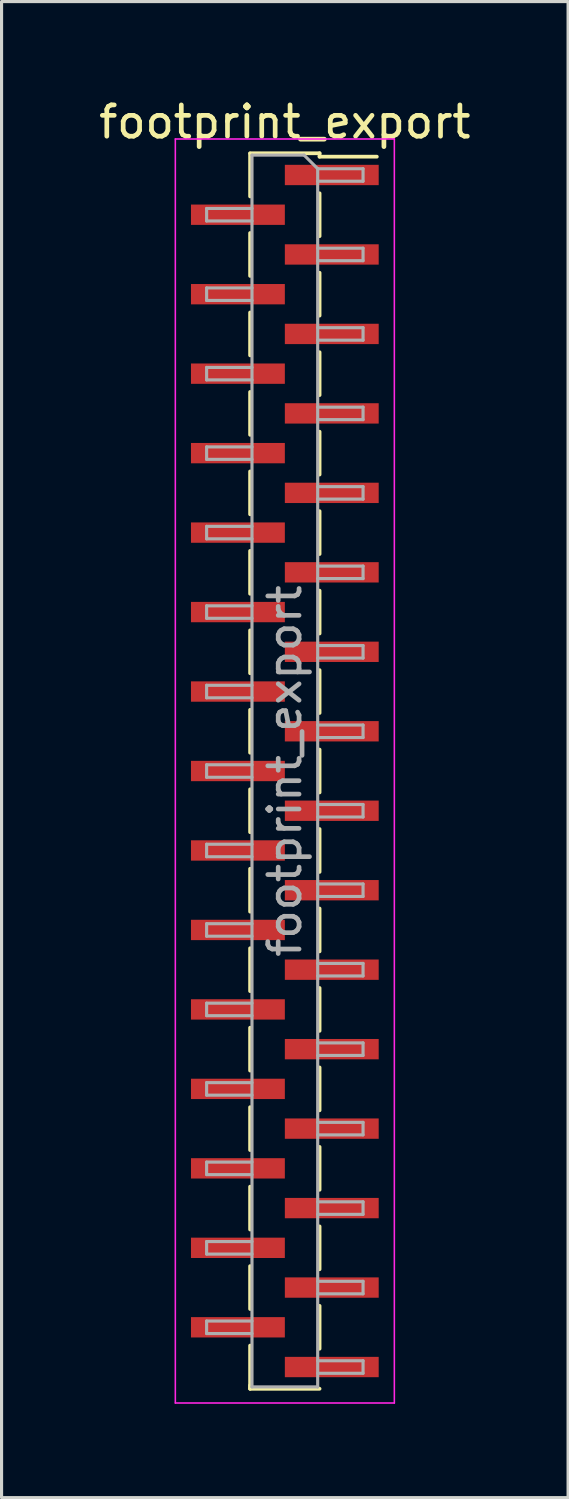
<source format=kicad_pcb>
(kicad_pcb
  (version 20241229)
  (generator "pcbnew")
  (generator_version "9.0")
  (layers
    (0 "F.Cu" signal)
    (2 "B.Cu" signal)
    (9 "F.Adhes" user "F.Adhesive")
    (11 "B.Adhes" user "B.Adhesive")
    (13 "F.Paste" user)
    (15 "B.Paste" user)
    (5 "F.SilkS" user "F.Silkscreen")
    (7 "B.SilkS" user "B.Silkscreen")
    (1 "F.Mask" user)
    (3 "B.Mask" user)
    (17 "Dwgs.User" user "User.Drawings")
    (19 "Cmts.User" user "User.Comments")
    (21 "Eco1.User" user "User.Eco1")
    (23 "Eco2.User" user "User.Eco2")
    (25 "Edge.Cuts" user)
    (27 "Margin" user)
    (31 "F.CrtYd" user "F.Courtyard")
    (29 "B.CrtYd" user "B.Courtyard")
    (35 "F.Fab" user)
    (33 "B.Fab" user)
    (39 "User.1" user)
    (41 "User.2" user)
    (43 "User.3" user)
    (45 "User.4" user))
  (footprint "footprint_export"
    (layer "F.Cu")
    (at 6.054 21.593)
    (property "Reference" "footprint_export" (at 0 -20.745 0) (layer "F.SilkS") (effects (font (size 1 1) (thickness 0.15))))
    (attr smd)
    (fp_line (start -1.11 -19.745) (end 1.11 -19.745) (stroke (width 0.12) (type solid)) (layer "F.SilkS"))
    (fp_line (start -1.11 -19.735) (end -1.11 -18.365) (stroke (width 0.12) (type solid)) (layer "F.SilkS"))
    (fp_line (start -1.11 -17.195) (end -1.11 -15.825) (stroke (width 0.12) (type solid)) (layer "F.SilkS"))
    (fp_line (start -1.11 -14.655) (end -1.11 -13.285) (stroke (width 0.12) (type solid)) (layer "F.SilkS"))
    (fp_line (start -1.11 -12.115) (end -1.11 -10.745) (stroke (width 0.12) (type solid)) (layer "F.SilkS"))
    (fp_line (start -1.11 -9.575) (end -1.11 -8.205) (stroke (width 0.12) (type solid)) (layer "F.SilkS"))
    (fp_line (start -1.11 -7.035) (end -1.11 -5.665) (stroke (width 0.12) (type solid)) (layer "F.SilkS"))
    (fp_line (start -1.11 -4.495) (end -1.11 -3.125) (stroke (width 0.12) (type solid)) (layer "F.SilkS"))
    (fp_line (start -1.11 -1.955) (end -1.11 -0.585) (stroke (width 0.12) (type solid)) (layer "F.SilkS"))
    (fp_line (start -1.11 0.585) (end -1.11 1.955) (stroke (width 0.12) (type solid)) (layer "F.SilkS"))
    (fp_line (start -1.11 3.125) (end -1.11 4.495) (stroke (width 0.12) (type solid)) (layer "F.SilkS"))
    (fp_line (start -1.11 5.665) (end -1.11 7.035) (stroke (width 0.12) (type solid)) (layer "F.SilkS"))
    (fp_line (start -1.11 8.205) (end -1.11 9.575) (stroke (width 0.12) (type solid)) (layer "F.SilkS"))
    (fp_line (start -1.11 10.745) (end -1.11 12.115) (stroke (width 0.12) (type solid)) (layer "F.SilkS"))
    (fp_line (start -1.11 13.285) (end -1.11 14.655) (stroke (width 0.12) (type solid)) (layer "F.SilkS"))
    (fp_line (start -1.11 15.825) (end -1.11 17.195) (stroke (width 0.12) (type solid)) (layer "F.SilkS"))
    (fp_line (start -1.11 18.365) (end -1.11 19.735) (stroke (width 0.12) (type solid)) (layer "F.SilkS"))
    (fp_line (start -1.11 19.635) (end -1.11 19.745) (stroke (width 0.12) (type solid)) (layer "F.SilkS"))
    (fp_line (start -1.11 19.745) (end 1.11 19.745) (stroke (width 0.12) (type solid)) (layer "F.SilkS"))
    (fp_line (start 1.11 -19.745) (end 1.11 -19.635) (stroke (width 0.12) (type solid)) (layer "F.SilkS"))
    (fp_line (start 1.11 -19.635) (end 2.94 -19.635) (stroke (width 0.12) (type solid)) (layer "F.SilkS"))
    (fp_line (start 1.11 -18.465) (end 1.11 -17.095) (stroke (width 0.12) (type solid)) (layer "F.SilkS"))
    (fp_line (start 1.11 -15.925) (end 1.11 -14.555) (stroke (width 0.12) (type solid)) (layer "F.SilkS"))
    (fp_line (start 1.11 -13.385) (end 1.11 -12.015) (stroke (width 0.12) (type solid)) (layer "F.SilkS"))
    (fp_line (start 1.11 -10.845) (end 1.11 -9.475) (stroke (width 0.12) (type solid)) (layer "F.SilkS"))
    (fp_line (start 1.11 -8.305) (end 1.11 -6.935) (stroke (width 0.12) (type solid)) (layer "F.SilkS"))
    (fp_line (start 1.11 -5.765) (end 1.11 -4.395) (stroke (width 0.12) (type solid)) (layer "F.SilkS"))
    (fp_line (start 1.11 -3.225) (end 1.11 -1.855) (stroke (width 0.12) (type solid)) (layer "F.SilkS"))
    (fp_line (start 1.11 -0.685) (end 1.11 0.685) (stroke (width 0.12) (type solid)) (layer "F.SilkS"))
    (fp_line (start 1.11 1.855) (end 1.11 3.225) (stroke (width 0.12) (type solid)) (layer "F.SilkS"))
    (fp_line (start 1.11 4.395) (end 1.11 5.765) (stroke (width 0.12) (type solid)) (layer "F.SilkS"))
    (fp_line (start 1.11 6.935) (end 1.11 8.305) (stroke (width 0.12) (type solid)) (layer "F.SilkS"))
    (fp_line (start 1.11 9.475) (end 1.11 10.845) (stroke (width 0.12) (type solid)) (layer "F.SilkS"))
    (fp_line (start 1.11 12.015) (end 1.11 13.385) (stroke (width 0.12) (type solid)) (layer "F.SilkS"))
    (fp_line (start 1.11 14.555) (end 1.11 15.925) (stroke (width 0.12) (type solid)) (layer "F.SilkS"))
    (fp_line (start 1.11 17.095) (end 1.11 18.465) (stroke (width 0.12) (type solid)) (layer "F.SilkS"))
    (fp_line (start -3.5 -20.2) (end -3.5 20.2) (stroke (width 0.05) (type solid)) (layer "F.CrtYd"))
    (fp_line (start -3.5 20.2) (end 3.5 20.2) (stroke (width 0.05) (type solid)) (layer "F.CrtYd"))
    (fp_line (start 3.5 -20.2) (end -3.5 -20.2) (stroke (width 0.05) (type solid)) (layer "F.CrtYd"))
    (fp_line (start 3.5 20.2) (end 3.5 -20.2) (stroke (width 0.05) (type solid)) (layer "F.CrtYd"))
    (fp_line (start -2.5 -17.98) (end -2.5 -17.58) (stroke (width 0.1) (type solid)) (layer "F.Fab"))
    (fp_line (start -2.5 -17.58) (end -1.05 -17.58) (stroke (width 0.1) (type solid)) (layer "F.Fab"))
    (fp_line (start -2.5 -15.44) (end -2.5 -15.04) (stroke (width 0.1) (type solid)) (layer "F.Fab"))
    (fp_line (start -2.5 -15.04) (end -1.05 -15.04) (stroke (width 0.1) (type solid)) (layer "F.Fab"))
    (fp_line (start -2.5 -12.9) (end -2.5 -12.5) (stroke (width 0.1) (type solid)) (layer "F.Fab"))
    (fp_line (start -2.5 -12.5) (end -1.05 -12.5) (stroke (width 0.1) (type solid)) (layer "F.Fab"))
    (fp_line (start -2.5 -10.36) (end -2.5 -9.96) (stroke (width 0.1) (type solid)) (layer "F.Fab"))
    (fp_line (start -2.5 -9.96) (end -1.05 -9.96) (stroke (width 0.1) (type solid)) (layer "F.Fab"))
    (fp_line (start -2.5 -7.82) (end -2.5 -7.42) (stroke (width 0.1) (type solid)) (layer "F.Fab"))
    (fp_line (start -2.5 -7.42) (end -1.05 -7.42) (stroke (width 0.1) (type solid)) (layer "F.Fab"))
    (fp_line (start -2.5 -5.28) (end -2.5 -4.88) (stroke (width 0.1) (type solid)) (layer "F.Fab"))
    (fp_line (start -2.5 -4.88) (end -1.05 -4.88) (stroke (width 0.1) (type solid)) (layer "F.Fab"))
    (fp_line (start -2.5 -2.74) (end -2.5 -2.34) (stroke (width 0.1) (type solid)) (layer "F.Fab"))
    (fp_line (start -2.5 -2.34) (end -1.05 -2.34) (stroke (width 0.1) (type solid)) (layer "F.Fab"))
    (fp_line (start -2.5 -0.2) (end -2.5 0.2) (stroke (width 0.1) (type solid)) (layer "F.Fab"))
    (fp_line (start -2.5 0.2) (end -1.05 0.2) (stroke (width 0.1) (type solid)) (layer "F.Fab"))
    (fp_line (start -2.5 2.34) (end -2.5 2.74) (stroke (width 0.1) (type solid)) (layer "F.Fab"))
    (fp_line (start -2.5 2.74) (end -1.05 2.74) (stroke (width 0.1) (type solid)) (layer "F.Fab"))
    (fp_line (start -2.5 4.88) (end -2.5 5.28) (stroke (width 0.1) (type solid)) (layer "F.Fab"))
    (fp_line (start -2.5 5.28) (end -1.05 5.28) (stroke (width 0.1) (type solid)) (layer "F.Fab"))
    (fp_line (start -2.5 7.42) (end -2.5 7.82) (stroke (width 0.1) (type solid)) (layer "F.Fab"))
    (fp_line (start -2.5 7.82) (end -1.05 7.82) (stroke (width 0.1) (type solid)) (layer "F.Fab"))
    (fp_line (start -2.5 9.96) (end -2.5 10.36) (stroke (width 0.1) (type solid)) (layer "F.Fab"))
    (fp_line (start -2.5 10.36) (end -1.05 10.36) (stroke (width 0.1) (type solid)) (layer "F.Fab"))
    (fp_line (start -2.5 12.5) (end -2.5 12.9) (stroke (width 0.1) (type solid)) (layer "F.Fab"))
    (fp_line (start -2.5 12.9) (end -1.05 12.9) (stroke (width 0.1) (type solid)) (layer "F.Fab"))
    (fp_line (start -2.5 15.04) (end -2.5 15.44) (stroke (width 0.1) (type solid)) (layer "F.Fab"))
    (fp_line (start -2.5 15.44) (end -1.05 15.44) (stroke (width 0.1) (type solid)) (layer "F.Fab"))
    (fp_line (start -2.5 17.58) (end -2.5 17.98) (stroke (width 0.1) (type solid)) (layer "F.Fab"))
    (fp_line (start -2.5 17.98) (end -1.05 17.98) (stroke (width 0.1) (type solid)) (layer "F.Fab"))
    (fp_line (start -1.05 -19.685) (end -1.05 19.685) (stroke (width 0.1) (type solid)) (layer "F.Fab"))
    (fp_line (start -1.05 -19.685) (end 0.615 -19.685) (stroke (width 0.1) (type solid)) (layer "F.Fab"))
    (fp_line (start -1.05 -17.98) (end -2.5 -17.98) (stroke (width 0.1) (type solid)) (layer "F.Fab"))
    (fp_line (start -1.05 -15.44) (end -2.5 -15.44) (stroke (width 0.1) (type solid)) (layer "F.Fab"))
    (fp_line (start -1.05 -12.9) (end -2.5 -12.9) (stroke (width 0.1) (type solid)) (layer "F.Fab"))
    (fp_line (start -1.05 -10.36) (end -2.5 -10.36) (stroke (width 0.1) (type solid)) (layer "F.Fab"))
    (fp_line (start -1.05 -7.82) (end -2.5 -7.82) (stroke (width 0.1) (type solid)) (layer "F.Fab"))
    (fp_line (start -1.05 -5.28) (end -2.5 -5.28) (stroke (width 0.1) (type solid)) (layer "F.Fab"))
    (fp_line (start -1.05 -2.74) (end -2.5 -2.74) (stroke (width 0.1) (type solid)) (layer "F.Fab"))
    (fp_line (start -1.05 -0.2) (end -2.5 -0.2) (stroke (width 0.1) (type solid)) (layer "F.Fab"))
    (fp_line (start -1.05 2.34) (end -2.5 2.34) (stroke (width 0.1) (type solid)) (layer "F.Fab"))
    (fp_line (start -1.05 4.88) (end -2.5 4.88) (stroke (width 0.1) (type solid)) (layer "F.Fab"))
    (fp_line (start -1.05 7.42) (end -2.5 7.42) (stroke (width 0.1) (type solid)) (layer "F.Fab"))
    (fp_line (start -1.05 9.96) (end -2.5 9.96) (stroke (width 0.1) (type solid)) (layer "F.Fab"))
    (fp_line (start -1.05 12.5) (end -2.5 12.5) (stroke (width 0.1) (type solid)) (layer "F.Fab"))
    (fp_line (start -1.05 15.04) (end -2.5 15.04) (stroke (width 0.1) (type solid)) (layer "F.Fab"))
    (fp_line (start -1.05 17.58) (end -2.5 17.58) (stroke (width 0.1) (type solid)) (layer "F.Fab"))
    (fp_line (start 1.05 -19.25) (end 0.615 -19.685) (stroke (width 0.1) (type solid)) (layer "F.Fab"))
    (fp_line (start 1.05 -19.25) (end 2.5 -19.25) (stroke (width 0.1) (type solid)) (layer "F.Fab"))
    (fp_line (start 1.05 -16.71) (end 2.5 -16.71) (stroke (width 0.1) (type solid)) (layer "F.Fab"))
    (fp_line (start 1.05 -14.17) (end 2.5 -14.17) (stroke (width 0.1) (type solid)) (layer "F.Fab"))
    (fp_line (start 1.05 -11.63) (end 2.5 -11.63) (stroke (width 0.1) (type solid)) (layer "F.Fab"))
    (fp_line (start 1.05 -9.09) (end 2.5 -9.09) (stroke (width 0.1) (type solid)) (layer "F.Fab"))
    (fp_line (start 1.05 -6.55) (end 2.5 -6.55) (stroke (width 0.1) (type solid)) (layer "F.Fab"))
    (fp_line (start 1.05 -4.01) (end 2.5 -4.01) (stroke (width 0.1) (type solid)) (layer "F.Fab"))
    (fp_line (start 1.05 -1.47) (end 2.5 -1.47) (stroke (width 0.1) (type solid)) (layer "F.Fab"))
    (fp_line (start 1.05 1.07) (end 2.5 1.07) (stroke (width 0.1) (type solid)) (layer "F.Fab"))
    (fp_line (start 1.05 3.61) (end 2.5 3.61) (stroke (width 0.1) (type solid)) (layer "F.Fab"))
    (fp_line (start 1.05 6.15) (end 2.5 6.15) (stroke (width 0.1) (type solid)) (layer "F.Fab"))
    (fp_line (start 1.05 8.69) (end 2.5 8.69) (stroke (width 0.1) (type solid)) (layer "F.Fab"))
    (fp_line (start 1.05 11.23) (end 2.5 11.23) (stroke (width 0.1) (type solid)) (layer "F.Fab"))
    (fp_line (start 1.05 13.77) (end 2.5 13.77) (stroke (width 0.1) (type solid)) (layer "F.Fab"))
    (fp_line (start 1.05 16.31) (end 2.5 16.31) (stroke (width 0.1) (type solid)) (layer "F.Fab"))
    (fp_line (start 1.05 18.85) (end 2.5 18.85) (stroke (width 0.1) (type solid)) (layer "F.Fab"))
    (fp_line (start 1.05 19.685) (end -1.05 19.685) (stroke (width 0.1) (type solid)) (layer "F.Fab"))
    (fp_line (start 1.05 19.685) (end 1.05 -19.25) (stroke (width 0.1) (type solid)) (layer "F.Fab"))
    (fp_line (start 2.5 -19.25) (end 2.5 -18.85) (stroke (width 0.1) (type solid)) (layer "F.Fab"))
    (fp_line (start 2.5 -18.85) (end 1.05 -18.85) (stroke (width 0.1) (type solid)) (layer "F.Fab"))
    (fp_line (start 2.5 -16.71) (end 2.5 -16.31) (stroke (width 0.1) (type solid)) (layer "F.Fab"))
    (fp_line (start 2.5 -16.31) (end 1.05 -16.31) (stroke (width 0.1) (type solid)) (layer "F.Fab"))
    (fp_line (start 2.5 -14.17) (end 2.5 -13.77) (stroke (width 0.1) (type solid)) (layer "F.Fab"))
    (fp_line (start 2.5 -13.77) (end 1.05 -13.77) (stroke (width 0.1) (type solid)) (layer "F.Fab"))
    (fp_line (start 2.5 -11.63) (end 2.5 -11.23) (stroke (width 0.1) (type solid)) (layer "F.Fab"))
    (fp_line (start 2.5 -11.23) (end 1.05 -11.23) (stroke (width 0.1) (type solid)) (layer "F.Fab"))
    (fp_line (start 2.5 -9.09) (end 2.5 -8.69) (stroke (width 0.1) (type solid)) (layer "F.Fab"))
    (fp_line (start 2.5 -8.69) (end 1.05 -8.69) (stroke (width 0.1) (type solid)) (layer "F.Fab"))
    (fp_line (start 2.5 -6.55) (end 2.5 -6.15) (stroke (width 0.1) (type solid)) (layer "F.Fab"))
    (fp_line (start 2.5 -6.15) (end 1.05 -6.15) (stroke (width 0.1) (type solid)) (layer "F.Fab"))
    (fp_line (start 2.5 -4.01) (end 2.5 -3.61) (stroke (width 0.1) (type solid)) (layer "F.Fab"))
    (fp_line (start 2.5 -3.61) (end 1.05 -3.61) (stroke (width 0.1) (type solid)) (layer "F.Fab"))
    (fp_line (start 2.5 -1.47) (end 2.5 -1.07) (stroke (width 0.1) (type solid)) (layer "F.Fab"))
    (fp_line (start 2.5 -1.07) (end 1.05 -1.07) (stroke (width 0.1) (type solid)) (layer "F.Fab"))
    (fp_line (start 2.5 1.07) (end 2.5 1.47) (stroke (width 0.1) (type solid)) (layer "F.Fab"))
    (fp_line (start 2.5 1.47) (end 1.05 1.47) (stroke (width 0.1) (type solid)) (layer "F.Fab"))
    (fp_line (start 2.5 3.61) (end 2.5 4.01) (stroke (width 0.1) (type solid)) (layer "F.Fab"))
    (fp_line (start 2.5 4.01) (end 1.05 4.01) (stroke (width 0.1) (type solid)) (layer "F.Fab"))
    (fp_line (start 2.5 6.15) (end 2.5 6.55) (stroke (width 0.1) (type solid)) (layer "F.Fab"))
    (fp_line (start 2.5 6.55) (end 1.05 6.55) (stroke (width 0.1) (type solid)) (layer "F.Fab"))
    (fp_line (start 2.5 8.69) (end 2.5 9.09) (stroke (width 0.1) (type solid)) (layer "F.Fab"))
    (fp_line (start 2.5 9.09) (end 1.05 9.09) (stroke (width 0.1) (type solid)) (layer "F.Fab"))
    (fp_line (start 2.5 11.23) (end 2.5 11.63) (stroke (width 0.1) (type solid)) (layer "F.Fab"))
    (fp_line (start 2.5 11.63) (end 1.05 11.63) (stroke (width 0.1) (type solid)) (layer "F.Fab"))
    (fp_line (start 2.5 13.77) (end 2.5 14.17) (stroke (width 0.1) (type solid)) (layer "F.Fab"))
    (fp_line (start 2.5 14.17) (end 1.05 14.17) (stroke (width 0.1) (type solid)) (layer "F.Fab"))
    (fp_line (start 2.5 16.31) (end 2.5 16.71) (stroke (width 0.1) (type solid)) (layer "F.Fab"))
    (fp_line (start 2.5 16.71) (end 1.05 16.71) (stroke (width 0.1) (type solid)) (layer "F.Fab"))
    (fp_line (start 2.5 18.85) (end 2.5 19.25) (stroke (width 0.1) (type solid)) (layer "F.Fab"))
    (fp_line (start 2.5 19.25) (end 1.05 19.25) (stroke (width 0.1) (type solid)) (layer "F.Fab"))
    (fp_text user "${REFERENCE}" (at 0 0 90) (layer "F.Fab") (effects (font (size 1 1) (thickness 0.15))))
    (pad "1" smd rect (at 1.5 -19.05) (size 3 0.65) (layers "F.Cu" "F.Mask" "F.Paste"))
    (pad "2" smd rect (at -1.5 -17.78) (size 3 0.65) (layers "F.Cu" "F.Mask" "F.Paste"))
    (pad "3" smd rect (at 1.5 -16.51) (size 3 0.65) (layers "F.Cu" "F.Mask" "F.Paste"))
    (pad "4" smd rect (at -1.5 -15.24) (size 3 0.65) (layers "F.Cu" "F.Mask" "F.Paste"))
    (pad "5" smd rect (at 1.5 -13.97) (size 3 0.65) (layers "F.Cu" "F.Mask" "F.Paste"))
    (pad "6" smd rect (at -1.5 -12.7) (size 3 0.65) (layers "F.Cu" "F.Mask" "F.Paste"))
    (pad "7" smd rect (at 1.5 -11.43) (size 3 0.65) (layers "F.Cu" "F.Mask" "F.Paste"))
    (pad "8" smd rect (at -1.5 -10.16) (size 3 0.65) (layers "F.Cu" "F.Mask" "F.Paste"))
    (pad "9" smd rect (at 1.5 -8.89) (size 3 0.65) (layers "F.Cu" "F.Mask" "F.Paste"))
    (pad "10" smd rect (at -1.5 -7.62) (size 3 0.65) (layers "F.Cu" "F.Mask" "F.Paste"))
    (pad "11" smd rect (at 1.5 -6.35) (size 3 0.65) (layers "F.Cu" "F.Mask" "F.Paste"))
    (pad "12" smd rect (at -1.5 -5.08) (size 3 0.65) (layers "F.Cu" "F.Mask" "F.Paste"))
    (pad "13" smd rect (at 1.5 -3.81) (size 3 0.65) (layers "F.Cu" "F.Mask" "F.Paste"))
    (pad "14" smd rect (at -1.5 -2.54) (size 3 0.65) (layers "F.Cu" "F.Mask" "F.Paste"))
    (pad "15" smd rect (at 1.5 -1.27) (size 3 0.65) (layers "F.Cu" "F.Mask" "F.Paste"))
    (pad "16" smd rect (at -1.5 0) (size 3 0.65) (layers "F.Cu" "F.Mask" "F.Paste"))
    (pad "17" smd rect (at 1.5 1.27) (size 3 0.65) (layers "F.Cu" "F.Mask" "F.Paste"))
    (pad "18" smd rect (at -1.5 2.54) (size 3 0.65) (layers "F.Cu" "F.Mask" "F.Paste"))
    (pad "19" smd rect (at 1.5 3.81) (size 3 0.65) (layers "F.Cu" "F.Mask" "F.Paste"))
    (pad "20" smd rect (at -1.5 5.08) (size 3 0.65) (layers "F.Cu" "F.Mask" "F.Paste"))
    (pad "21" smd rect (at 1.5 6.35) (size 3 0.65) (layers "F.Cu" "F.Mask" "F.Paste"))
    (pad "22" smd rect (at -1.5 7.62) (size 3 0.65) (layers "F.Cu" "F.Mask" "F.Paste"))
    (pad "23" smd rect (at 1.5 8.89) (size 3 0.65) (layers "F.Cu" "F.Mask" "F.Paste"))
    (pad "24" smd rect (at -1.5 10.16) (size 3 0.65) (layers "F.Cu" "F.Mask" "F.Paste"))
    (pad "25" smd rect (at 1.5 11.43) (size 3 0.65) (layers "F.Cu" "F.Mask" "F.Paste"))
    (pad "26" smd rect (at -1.5 12.7) (size 3 0.65) (layers "F.Cu" "F.Mask" "F.Paste"))
    (pad "27" smd rect (at 1.5 13.97) (size 3 0.65) (layers "F.Cu" "F.Mask" "F.Paste"))
    (pad "28" smd rect (at -1.5 15.24) (size 3 0.65) (layers "F.Cu" "F.Mask" "F.Paste"))
    (pad "29" smd rect (at 1.5 16.51) (size 3 0.65) (layers "F.Cu" "F.Mask" "F.Paste"))
    (pad "30" smd rect (at -1.5 17.78) (size 3 0.65) (layers "F.Cu" "F.Mask" "F.Paste"))
    (pad "31" smd rect (at 1.5 19.05) (size 3 0.65) (layers "F.Cu" "F.Mask" "F.Paste")))
  (gr_rect
    (start -3 -3)
    (end 15.107 44.818)
    (stroke (width 0.1) (type default))
    (fill no)
    (layer "Edge.Cuts")))
</source>
